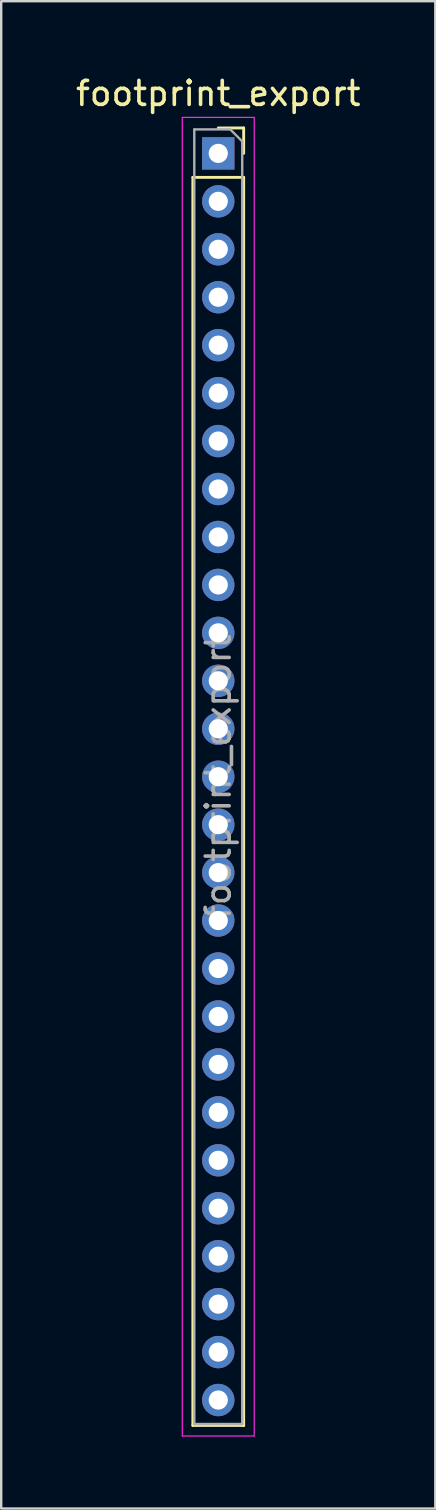
<source format=kicad_pcb>
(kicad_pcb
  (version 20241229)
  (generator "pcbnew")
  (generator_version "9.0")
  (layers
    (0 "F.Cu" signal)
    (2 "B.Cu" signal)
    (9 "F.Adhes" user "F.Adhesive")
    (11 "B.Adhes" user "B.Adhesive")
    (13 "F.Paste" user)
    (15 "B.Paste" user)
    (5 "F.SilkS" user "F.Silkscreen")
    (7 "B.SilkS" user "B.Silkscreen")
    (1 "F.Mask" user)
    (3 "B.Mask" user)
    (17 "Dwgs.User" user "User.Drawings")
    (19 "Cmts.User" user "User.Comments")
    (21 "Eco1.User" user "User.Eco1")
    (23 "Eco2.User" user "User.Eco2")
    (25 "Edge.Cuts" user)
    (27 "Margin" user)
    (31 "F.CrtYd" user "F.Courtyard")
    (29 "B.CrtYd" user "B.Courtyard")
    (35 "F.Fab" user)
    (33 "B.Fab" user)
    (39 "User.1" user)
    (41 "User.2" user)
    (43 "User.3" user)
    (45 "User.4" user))
  (footprint "footprint_export"
    (layer "F.Cu")
    (at 6.054 3.348)
    (property "Reference" "footprint_export" (at 0 -2.5 0) (layer "F.SilkS") (effects (font (size 1 1) (thickness 0.15))))
    (attr through_hole)
    (fp_line (start -1.06 1) (end -1.06 53.06) (stroke (width 0.12) (type solid)) (layer "F.SilkS"))
    (fp_line (start -1.06 1) (end 1.06 1) (stroke (width 0.12) (type solid)) (layer "F.SilkS"))
    (fp_line (start -1.06 53.06) (end 1.06 53.06) (stroke (width 0.12) (type solid)) (layer "F.SilkS"))
    (fp_line (start 0 -1.06) (end 1.06 -1.06) (stroke (width 0.12) (type solid)) (layer "F.SilkS"))
    (fp_line (start 1.06 -1.06) (end 1.06 0) (stroke (width 0.12) (type solid)) (layer "F.SilkS"))
    (fp_line (start 1.06 1) (end 1.06 53.06) (stroke (width 0.12) (type solid)) (layer "F.SilkS"))
    (fp_line (start -1.5 -1.5) (end 1.5 -1.5) (stroke (width 0.05) (type solid)) (layer "F.CrtYd"))
    (fp_line (start -1.5 53.5) (end -1.5 -1.5) (stroke (width 0.05) (type solid)) (layer "F.CrtYd"))
    (fp_line (start 1.5 -1.5) (end 1.5 53.5) (stroke (width 0.05) (type solid)) (layer "F.CrtYd"))
    (fp_line (start 1.5 53.5) (end -1.5 53.5) (stroke (width 0.05) (type solid)) (layer "F.CrtYd"))
    (fp_line (start -1 -1) (end 0.5 -1) (stroke (width 0.1) (type solid)) (layer "F.Fab"))
    (fp_line (start -1 53) (end -1 -1) (stroke (width 0.1) (type solid)) (layer "F.Fab"))
    (fp_line (start 0.5 -1) (end 1 -0.5) (stroke (width 0.1) (type solid)) (layer "F.Fab"))
    (fp_line (start 1 -0.5) (end 1 53) (stroke (width 0.1) (type solid)) (layer "F.Fab"))
    (fp_line (start 1 53) (end -1 53) (stroke (width 0.1) (type solid)) (layer "F.Fab"))
    (fp_text user "${REFERENCE}" (at 0 26 90) (layer "F.Fab") (effects (font (size 1 1) (thickness 0.15))))
    (pad "1" thru_hole rect (at 0 0) (size 1.35 1.35) (drill 0.8) (layers "*.Cu" "*.Mask"))
    (pad "2" thru_hole oval (at 0 2) (size 1.35 1.35) (drill 0.8) (layers "*.Cu" "*.Mask"))
    (pad "3" thru_hole oval (at 0 4) (size 1.35 1.35) (drill 0.8) (layers "*.Cu" "*.Mask"))
    (pad "4" thru_hole oval (at 0 6) (size 1.35 1.35) (drill 0.8) (layers "*.Cu" "*.Mask"))
    (pad "5" thru_hole oval (at 0 8) (size 1.35 1.35) (drill 0.8) (layers "*.Cu" "*.Mask"))
    (pad "6" thru_hole oval (at 0 10) (size 1.35 1.35) (drill 0.8) (layers "*.Cu" "*.Mask"))
    (pad "7" thru_hole oval (at 0 12) (size 1.35 1.35) (drill 0.8) (layers "*.Cu" "*.Mask"))
    (pad "8" thru_hole oval (at 0 14) (size 1.35 1.35) (drill 0.8) (layers "*.Cu" "*.Mask"))
    (pad "9" thru_hole oval (at 0 16) (size 1.35 1.35) (drill 0.8) (layers "*.Cu" "*.Mask"))
    (pad "10" thru_hole oval (at 0 18) (size 1.35 1.35) (drill 0.8) (layers "*.Cu" "*.Mask"))
    (pad "11" thru_hole oval (at 0 20) (size 1.35 1.35) (drill 0.8) (layers "*.Cu" "*.Mask"))
    (pad "12" thru_hole oval (at 0 22) (size 1.35 1.35) (drill 0.8) (layers "*.Cu" "*.Mask"))
    (pad "13" thru_hole oval (at 0 24) (size 1.35 1.35) (drill 0.8) (layers "*.Cu" "*.Mask"))
    (pad "14" thru_hole oval (at 0 26) (size 1.35 1.35) (drill 0.8) (layers "*.Cu" "*.Mask"))
    (pad "15" thru_hole oval (at 0 28) (size 1.35 1.35) (drill 0.8) (layers "*.Cu" "*.Mask"))
    (pad "16" thru_hole oval (at 0 30) (size 1.35 1.35) (drill 0.8) (layers "*.Cu" "*.Mask"))
    (pad "17" thru_hole oval (at 0 32) (size 1.35 1.35) (drill 0.8) (layers "*.Cu" "*.Mask"))
    (pad "18" thru_hole oval (at 0 34) (size 1.35 1.35) (drill 0.8) (layers "*.Cu" "*.Mask"))
    (pad "19" thru_hole oval (at 0 36) (size 1.35 1.35) (drill 0.8) (layers "*.Cu" "*.Mask"))
    (pad "20" thru_hole oval (at 0 38) (size 1.35 1.35) (drill 0.8) (layers "*.Cu" "*.Mask"))
    (pad "21" thru_hole oval (at 0 40) (size 1.35 1.35) (drill 0.8) (layers "*.Cu" "*.Mask"))
    (pad "22" thru_hole oval (at 0 42) (size 1.35 1.35) (drill 0.8) (layers "*.Cu" "*.Mask"))
    (pad "23" thru_hole oval (at 0 44) (size 1.35 1.35) (drill 0.8) (layers "*.Cu" "*.Mask"))
    (pad "24" thru_hole oval (at 0 46) (size 1.35 1.35) (drill 0.8) (layers "*.Cu" "*.Mask"))
    (pad "25" thru_hole oval (at 0 48) (size 1.35 1.35) (drill 0.8) (layers "*.Cu" "*.Mask"))
    (pad "26" thru_hole oval (at 0 50) (size 1.35 1.35) (drill 0.8) (layers "*.Cu" "*.Mask"))
    (pad "27" thru_hole oval (at 0 52) (size 1.35 1.35) (drill 0.8) (layers "*.Cu" "*.Mask")))
  (gr_rect
    (start -3 -3)
    (end 15.107 59.873)
    (stroke (width 0.1) (type default))
    (fill no)
    (layer "Edge.Cuts")))
</source>
